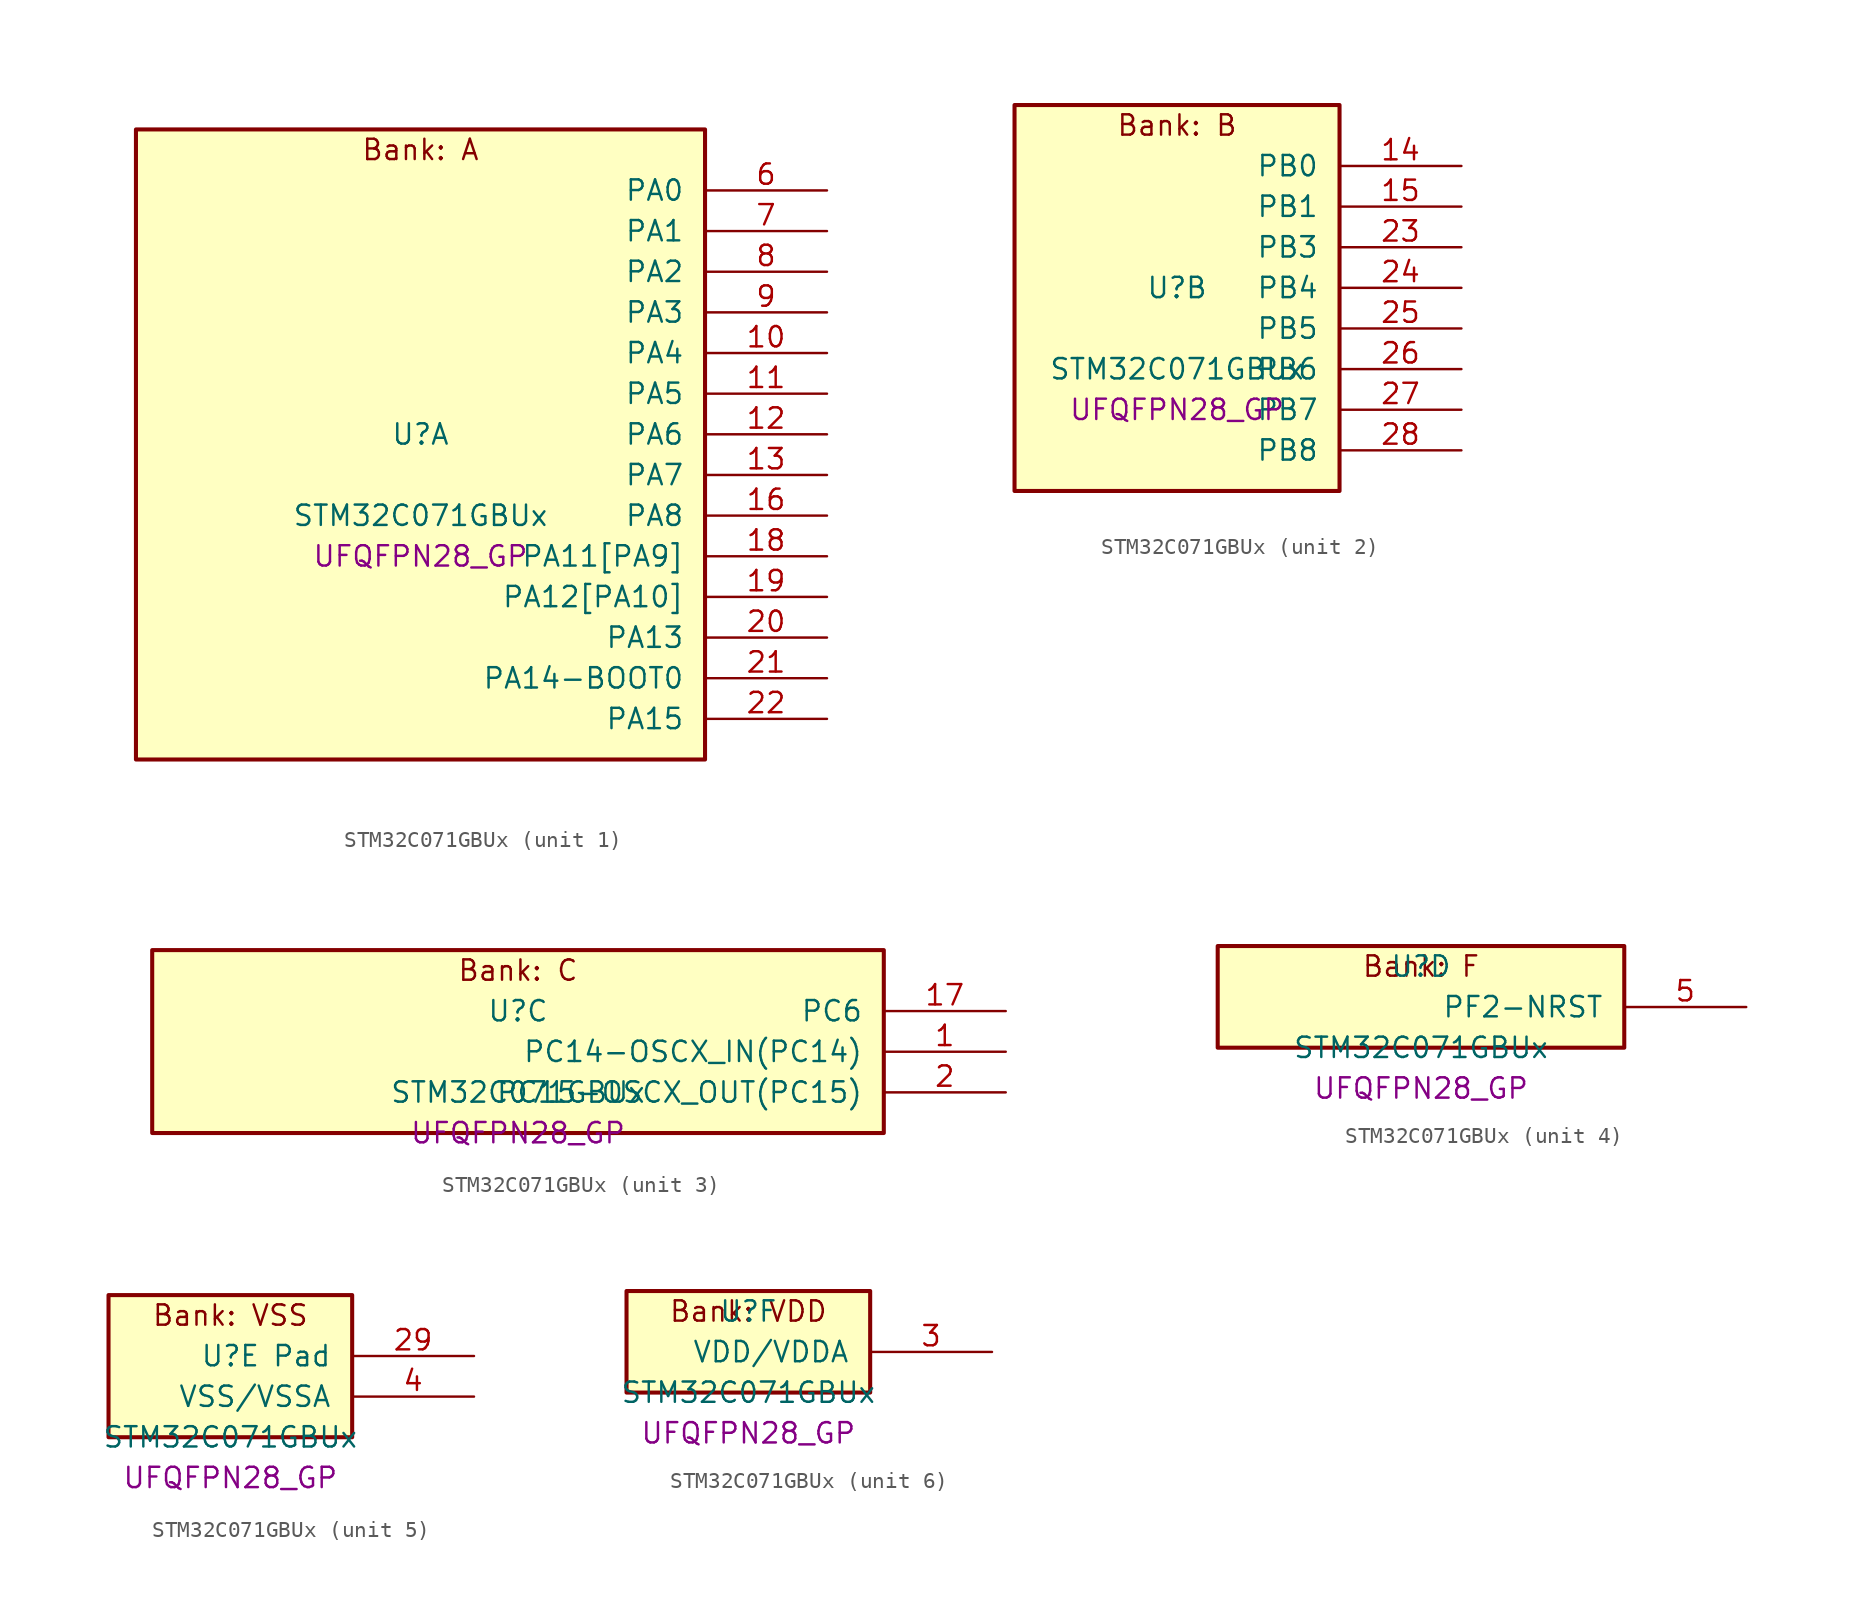
<source format=kicad_sym>
(kicad_symbol_lib
  (version 20241209)
  (generator "stm32_pkl_generator")
  (generator_version "1.0")
  (symbol "STM32C071GBUx"
    (pin_names
      (offset 1.27))
    (property "Reference" "U"
      (at 0 2.54 0))
    (property "Value" "STM32C071GBUx"
      (at 0 -2.54 0))
    (property "Footprint" "UFQFPN28_GP"
      (at 0 -5.08 0))
    (symbol "STM32C071GBUx_1_1"
      (rectangle (start -17.78 21.59) (end 17.78 -17.78) (stroke (width 0.254) (type solid)) (fill (type background)))
      (text "Bank: A" (at 0 20.32 0))
      (pin bidirectional line (at 25.4 17.78 180) (length 7.62) (name "PA0") (number "6") (alternate "PA0/ADC1_IN0" bidirectional line) (alternate "PA0/PWR_WKUP1" bidirectional line) (alternate "PA0/SPI2_SCK" bidirectional line) (alternate "PA0/TIM16_CH1" bidirectional line) (alternate "PA0/TIM1_CH1" bidirectional line) (alternate "PA0/TIM2_CH1" bidirectional line) (alternate "PA0/TIM2_ETR" bidirectional line) (alternate "PA0/USART1_TX" bidirectional line) (alternate "PA0/USART2_CTS" bidirectional line) (alternate "PA0/USART2_NSS" bidirectional line))
      (pin bidirectional line (at 25.4 15.24 180) (length 7.62) (name "PA1") (number "7") (alternate "PA1/ADC1_IN1" bidirectional line) (alternate "PA1/I2C1_SMBA" bidirectional line) (alternate "PA1/I2S1_CK" bidirectional line) (alternate "PA1/SPI1_SCK" bidirectional line) (alternate "PA1/TIM17_CH1" bidirectional line) (alternate "PA1/TIM1_CH2" bidirectional line) (alternate "PA1/TIM2_CH2" bidirectional line) (alternate "PA1/USART1_RX" bidirectional line) (alternate "PA1/USART2_CK" bidirectional line) (alternate "PA1/USART2_DE" bidirectional line) (alternate "PA1/USART2_RTS" bidirectional line))
      (pin bidirectional line (at 25.4 12.7 180) (length 7.62) (name "PA2") (number "8") (alternate "PA2/ADC1_IN2" bidirectional line) (alternate "PA2/I2S1_SD" bidirectional line) (alternate "PA2/PWR_WKUP4" bidirectional line) (alternate "PA2/RCC_LSCO" bidirectional line) (alternate "PA2/SPI1_MOSI" bidirectional line) (alternate "PA2/TIM16_CH1N" bidirectional line) (alternate "PA2/TIM1_CH3" bidirectional line) (alternate "PA2/TIM2_CH3" bidirectional line) (alternate "PA2/TIM3_ETR" bidirectional line) (alternate "PA2/USART2_TX" bidirectional line))
      (pin bidirectional line (at 25.4 10.16 180) (length 7.62) (name "PA3") (number "9") (alternate "PA3/ADC1_IN3" bidirectional line) (alternate "PA3/SPI2_MISO" bidirectional line) (alternate "PA3/TIM1_CH1N" bidirectional line) (alternate "PA3/TIM1_CH4" bidirectional line) (alternate "PA3/TIM2_CH4" bidirectional line) (alternate "PA3/USART2_RX" bidirectional line))
      (pin bidirectional line (at 25.4 7.62 180) (length 7.62) (name "PA4") (number "10") (alternate "PA4/ADC1_IN4" bidirectional line) (alternate "PA4/I2S1_WS" bidirectional line) (alternate "PA4/PWR_WKUP2" bidirectional line) (alternate "PA4/RTC_OUT1" bidirectional line) (alternate "PA4/RTC_TS" bidirectional line) (alternate "PA4/SPI1_NSS" bidirectional line) (alternate "PA4/SPI2_MOSI" bidirectional line) (alternate "PA4/TIM14_CH1" bidirectional line) (alternate "PA4/TIM17_CH1N" bidirectional line) (alternate "PA4/TIM1_CH2N" bidirectional line) (alternate "PA4/USART2_TX" bidirectional line) (alternate "PA4/USB_NOE" bidirectional line))
      (pin bidirectional line (at 25.4 5.08 180) (length 7.62) (name "PA5") (number "11") (alternate "PA5/ADC1_IN5" bidirectional line) (alternate "PA5/I2S1_CK" bidirectional line) (alternate "PA5/SPI1_SCK" bidirectional line) (alternate "PA5/TIM1_CH1" bidirectional line) (alternate "PA5/TIM1_CH3N" bidirectional line) (alternate "PA5/TIM2_CH1" bidirectional line) (alternate "PA5/TIM2_ETR" bidirectional line) (alternate "PA5/USART2_RX" bidirectional line))
      (pin bidirectional line (at 25.4 2.54 180) (length 7.62) (name "PA6") (number "12") (alternate "PA6/ADC1_IN6" bidirectional line) (alternate "PA6/I2C2_SDA" bidirectional line) (alternate "PA6/I2S1_MCK" bidirectional line) (alternate "PA6/SPI1_MISO" bidirectional line) (alternate "PA6/TIM16_CH1" bidirectional line) (alternate "PA6/TIM1_BKIN" bidirectional line) (alternate "PA6/TIM3_CH1" bidirectional line))
      (pin bidirectional line (at 25.4 0 180) (length 7.62) (name "PA7") (number "13") (alternate "PA7/ADC1_IN7" bidirectional line) (alternate "PA7/I2C2_SCL" bidirectional line) (alternate "PA7/I2S1_SD" bidirectional line) (alternate "PA7/SPI1_MOSI" bidirectional line) (alternate "PA7/TIM14_CH1" bidirectional line) (alternate "PA7/TIM17_CH1" bidirectional line) (alternate "PA7/TIM1_CH1N" bidirectional line) (alternate "PA7/TIM3_CH2" bidirectional line))
      (pin bidirectional line (at 25.4 -2.54 180) (length 7.62) (name "PA8") (number "16") (alternate "PA8/ADC1_IN8" bidirectional line) (alternate "PA8/CRS_SYNC" bidirectional line) (alternate "PA8/I2S1_WS" bidirectional line) (alternate "PA8/RCC_MCO" bidirectional line) (alternate "PA8/RCC_MCO_2" bidirectional line) (alternate "PA8/SPI1_NSS" bidirectional line) (alternate "PA8/SPI2_MISO" bidirectional line) (alternate "PA8/SPI2_NSS" bidirectional line) (alternate "PA8/TIM14_CH1" bidirectional line) (alternate "PA8/TIM1_CH1" bidirectional line) (alternate "PA8/TIM1_CH2N" bidirectional line) (alternate "PA8/TIM1_CH3N" bidirectional line) (alternate "PA8/TIM3_CH3" bidirectional line) (alternate "PA8/TIM3_CH4" bidirectional line) (alternate "PA8/USART1_RX" bidirectional line) (alternate "PA8/USART2_TX" bidirectional line))
      (pin bidirectional line (at 25.4 -5.08 180) (length 7.62) (name "PA11[PA9]") (number "18") (alternate "PA11[PA9]/ADC1_EXTI11" bidirectional line) (alternate "PA11[PA9]/I2C2_SCL" bidirectional line) (alternate "PA11[PA9]/I2S1_MCK" bidirectional line) (alternate "PA11[PA9]/SPI1_MISO" bidirectional line) (alternate "PA11[PA9]/TIM1_BKIN2" bidirectional line) (alternate "PA11[PA9]/TIM1_CH4" bidirectional line) (alternate "PA11[PA9]/USART1_CTS" bidirectional line) (alternate "PA11[PA9]/USART1_NSS" bidirectional line) (alternate "PA11[PA9]/USB_DM" bidirectional line) (alternate "PA11[PA9]/PA9[PA11]" bidirectional line) (alternate "PA11[PA9]/I2C1_SCL" bidirectional line) (alternate "PA11[PA9]/RCC_MCO" bidirectional line) (alternate "PA11[PA9]/SPI2_MISO" bidirectional line) (alternate "PA11[PA9]/TIM1_CH2" bidirectional line) (alternate "PA11[PA9]/TIM3_ETR" bidirectional line) (alternate "PA11[PA9]/USART1_TX" bidirectional line))
      (pin bidirectional line (at 25.4 -7.62 180) (length 7.62) (name "PA12[PA10]") (number "19") (alternate "PA12[PA10]/I2C2_SDA" bidirectional line) (alternate "PA12[PA10]/I2S1_SD" bidirectional line) (alternate "PA12[PA10]/I2S_CKIN" bidirectional line) (alternate "PA12[PA10]/SPI1_MOSI" bidirectional line) (alternate "PA12[PA10]/TIM1_ETR" bidirectional line) (alternate "PA12[PA10]/USART1_CK" bidirectional line) (alternate "PA12[PA10]/USART1_DE" bidirectional line) (alternate "PA12[PA10]/USART1_RTS" bidirectional line) (alternate "PA12[PA10]/USB_DP" bidirectional line) (alternate "PA12[PA10]/PA10[PA12]" bidirectional line) (alternate "PA12[PA10]/I2C1_SDA" bidirectional line) (alternate "PA12[PA10]/RCC_MCO_2" bidirectional line) (alternate "PA12[PA10]/SPI2_MOSI" bidirectional line) (alternate "PA12[PA10]/TIM17_BKIN" bidirectional line) (alternate "PA12[PA10]/TIM1_CH3" bidirectional line) (alternate "PA12[PA10]/USART1_RX" bidirectional line))
      (pin bidirectional line (at 25.4 -10.16 180) (length 7.62) (name "PA13") (number "20") (alternate "PA13/ADC1_IN13" bidirectional line) (alternate "PA13/DEBUG_SWDIO" bidirectional line) (alternate "PA13/IR_OUT" bidirectional line) (alternate "PA13/TIM3_ETR" bidirectional line) (alternate "PA13/USART2_RX" bidirectional line) (alternate "PA13/USB_NOE" bidirectional line))
      (pin bidirectional line (at 25.4 -12.7 180) (length 7.62) (name "PA14-BOOT0") (number "21") (alternate "PA14-BOOT0/ADC1_IN14" bidirectional line) (alternate "PA14-BOOT0/DEBUG_SWCLK" bidirectional line) (alternate "PA14-BOOT0/I2S1_WS" bidirectional line) (alternate "PA14-BOOT0/RCC_MCO_2" bidirectional line) (alternate "PA14-BOOT0/SPI1_NSS" bidirectional line) (alternate "PA14-BOOT0/TIM1_CH1" bidirectional line) (alternate "PA14-BOOT0/USART1_CK" bidirectional line) (alternate "PA14-BOOT0/USART1_DE" bidirectional line) (alternate "PA14-BOOT0/USART1_RTS" bidirectional line) (alternate "PA14-BOOT0/USART2_RX" bidirectional line) (alternate "PA14-BOOT0/USART2_TX" bidirectional line))
      (pin bidirectional line (at 25.4 -15.24 180) (length 7.62) (name "PA15") (number "22") (alternate "PA15/I2S1_WS" bidirectional line) (alternate "PA15/RCC_MCO_2" bidirectional line) (alternate "PA15/SPI1_NSS" bidirectional line) (alternate "PA15/TIM1_CH1" bidirectional line) (alternate "PA15/TIM2_CH1" bidirectional line) (alternate "PA15/TIM2_ETR" bidirectional line) (alternate "PA15/USART1_CK" bidirectional line) (alternate "PA15/USART1_DE" bidirectional line) (alternate "PA15/USART1_RTS" bidirectional line) (alternate "PA15/USART2_RX" bidirectional line) (alternate "PA15/USB_NOE" bidirectional line)))
    (symbol "STM32C071GBUx_2_1"
      (rectangle (start -10.16 13.97) (end 10.16 -10.16) (stroke (width 0.254) (type solid)) (fill (type background)))
      (text "Bank: B" (at 0 12.7 0))
      (pin bidirectional line (at 17.78 10.16 180) (length 7.62) (name "PB0") (number "14") (alternate "PB0/ADC1_IN17" bidirectional line) (alternate "PB0/I2S1_WS" bidirectional line) (alternate "PB0/SPI1_NSS" bidirectional line) (alternate "PB0/TIM1_CH2N" bidirectional line) (alternate "PB0/TIM3_CH3" bidirectional line))
      (pin bidirectional line (at 17.78 7.62 180) (length 7.62) (name "PB1") (number "15") (alternate "PB1/ADC1_IN18" bidirectional line) (alternate "PB1/TIM14_CH1" bidirectional line) (alternate "PB1/TIM1_CH2N" bidirectional line) (alternate "PB1/TIM1_CH3N" bidirectional line) (alternate "PB1/TIM3_CH4" bidirectional line))
      (pin bidirectional line (at 17.78 5.08 180) (length 7.62) (name "PB3") (number "23") (alternate "PB3/I2C2_SCL" bidirectional line) (alternate "PB3/I2S1_CK" bidirectional line) (alternate "PB3/SPI1_SCK" bidirectional line) (alternate "PB3/TIM1_CH2" bidirectional line) (alternate "PB3/TIM2_CH2" bidirectional line) (alternate "PB3/TIM3_CH2" bidirectional line) (alternate "PB3/USART1_CK" bidirectional line) (alternate "PB3/USART1_DE" bidirectional line) (alternate "PB3/USART1_RTS" bidirectional line))
      (pin bidirectional line (at 17.78 2.54 180) (length 7.62) (name "PB4") (number "24") (alternate "PB4/I2C2_SDA" bidirectional line) (alternate "PB4/I2S1_MCK" bidirectional line) (alternate "PB4/SPI1_MISO" bidirectional line) (alternate "PB4/TIM17_BKIN" bidirectional line) (alternate "PB4/TIM3_CH1" bidirectional line) (alternate "PB4/USART1_CTS" bidirectional line) (alternate "PB4/USART1_NSS" bidirectional line))
      (pin bidirectional line (at 17.78 0 180) (length 7.62) (name "PB5") (number "25") (alternate "PB5/I2C1_SMBA" bidirectional line) (alternate "PB5/I2S1_SD" bidirectional line) (alternate "PB5/PWR_WKUP6" bidirectional line) (alternate "PB5/SPI1_MOSI" bidirectional line) (alternate "PB5/TIM16_BKIN" bidirectional line) (alternate "PB5/TIM3_CH2" bidirectional line) (alternate "PB5/TIM3_CH3" bidirectional line))
      (pin bidirectional line (at 17.78 -2.54 180) (length 7.62) (name "PB6") (number "26") (alternate "PB6/I2C1_SCL" bidirectional line) (alternate "PB6/I2C1_SMBA" bidirectional line) (alternate "PB6/I2S1_CK" bidirectional line) (alternate "PB6/I2S1_MCK" bidirectional line) (alternate "PB6/I2S1_SD" bidirectional line) (alternate "PB6/PWR_WKUP3" bidirectional line) (alternate "PB6/SPI1_MISO" bidirectional line) (alternate "PB6/SPI1_MOSI" bidirectional line) (alternate "PB6/SPI1_SCK" bidirectional line) (alternate "PB6/SPI2_MISO" bidirectional line) (alternate "PB6/TIM16_BKIN" bidirectional line) (alternate "PB6/TIM16_CH1N" bidirectional line) (alternate "PB6/TIM17_BKIN" bidirectional line) (alternate "PB6/TIM1_CH2" bidirectional line) (alternate "PB6/TIM1_CH3" bidirectional line) (alternate "PB6/TIM3_CH1" bidirectional line) (alternate "PB6/TIM3_CH2" bidirectional line) (alternate "PB6/TIM3_CH3" bidirectional line) (alternate "PB6/USART1_CTS" bidirectional line) (alternate "PB6/USART1_NSS" bidirectional line) (alternate "PB6/USART1_TX" bidirectional line))
      (pin bidirectional line (at 17.78 -5.08 180) (length 7.62) (name "PB7") (number "27") (alternate "PB7/I2C1_SCL" bidirectional line) (alternate "PB7/I2C1_SDA" bidirectional line) (alternate "PB7/RTC_REFIN" bidirectional line) (alternate "PB7/SPI2_MOSI" bidirectional line) (alternate "PB7/TIM16_CH1" bidirectional line) (alternate "PB7/TIM17_CH1N" bidirectional line) (alternate "PB7/TIM1_CH4" bidirectional line) (alternate "PB7/TIM3_CH1" bidirectional line) (alternate "PB7/TIM3_CH4" bidirectional line) (alternate "PB7/USART1_RX" bidirectional line) (alternate "PB7/USART2_CTS" bidirectional line) (alternate "PB7/USART2_NSS" bidirectional line))
      (pin bidirectional line (at 17.78 -7.62 180) (length 7.62) (name "PB8") (number "28") (alternate "PB8/I2C1_SCL" bidirectional line) (alternate "PB8/SPI2_SCK" bidirectional line) (alternate "PB8/TIM16_CH1" bidirectional line) (alternate "PB8/TIM3_CH1" bidirectional line) (alternate "PB8/USART2_CTS" bidirectional line) (alternate "PB8/USART2_NSS" bidirectional line)))
    (symbol "STM32C071GBUx_3_1"
      (rectangle (start -22.86 6.35) (end 22.86 -5.08) (stroke (width 0.254) (type solid)) (fill (type background)))
      (text "Bank: C" (at 0 5.08 0))
      (pin bidirectional line (at 30.48 2.54 180) (length 7.62) (name "PC6") (number "17") (alternate "PC6/TIM2_CH3" bidirectional line) (alternate "PC6/TIM3_CH1" bidirectional line))
      (pin bidirectional line (at 30.48 0 180) (length 7.62) (name "PC14-OSCX_IN(PC14)") (number "1") (alternate "PC14-OSCX_IN(PC14)/I2C1_SDA" bidirectional line) (alternate "PC14-OSCX_IN(PC14)/IR_OUT" bidirectional line) (alternate "PC14-OSCX_IN(PC14)/RCC_OSCX_IN" bidirectional line) (alternate "PC14-OSCX_IN(PC14)/SPI2_NSS" bidirectional line) (alternate "PC14-OSCX_IN(PC14)/TIM17_CH1" bidirectional line) (alternate "PC14-OSCX_IN(PC14)/TIM1_BKIN2" bidirectional line) (alternate "PC14-OSCX_IN(PC14)/TIM1_ETR" bidirectional line) (alternate "PC14-OSCX_IN(PC14)/TIM3_CH2" bidirectional line) (alternate "PC14-OSCX_IN(PC14)/USART1_TX" bidirectional line) (alternate "PC14-OSCX_IN(PC14)/USART2_CK" bidirectional line) (alternate "PC14-OSCX_IN(PC14)/USART2_DE" bidirectional line) (alternate "PC14-OSCX_IN(PC14)/USART2_RTS" bidirectional line))
      (pin bidirectional line (at 30.48 -2.54 180) (length 7.62) (name "PC15-OSCX_OUT(PC15)") (number "2") (alternate "PC15-OSCX_OUT(PC15)/RCC_OSC32_EN" bidirectional line) (alternate "PC15-OSCX_OUT(PC15)/RCC_OSCX_OUT" bidirectional line) (alternate "PC15-OSCX_OUT(PC15)/RCC_OSC_EN" bidirectional line) (alternate "PC15-OSCX_OUT(PC15)/TIM1_ETR" bidirectional line) (alternate "PC15-OSCX_OUT(PC15)/TIM3_CH3" bidirectional line)))
    (symbol "STM32C071GBUx_4_1"
      (rectangle (start -12.7 3.81) (end 12.7 -2.54) (stroke (width 0.254) (type solid)) (fill (type background)))
      (text "Bank: F" (at 0 2.54 0))
      (pin bidirectional line (at 20.32 0 180) (length 7.62) (name "PF2-NRST") (number "5") (alternate "PF2-NRST/RCC_MCO" bidirectional line) (alternate "PF2-NRST/TIM1_CH4" bidirectional line)))
    (symbol "STM32C071GBUx_5_1"
      (rectangle (start -7.62 6.35) (end 7.62 -2.54) (stroke (width 0.254) (type solid)) (fill (type background)))
      (text "Bank: VSS" (at 0 5.08 0))
      (pin passive line (at 15.24 2.54 180) (length 7.62) (name "Pad") (number "29"))
      (pin power_in line (at 15.24 0 180) (length 7.62) (name "VSS/VSSA") (number "4")))
    (symbol "STM32C071GBUx_6_1"
      (rectangle (start -7.62 3.81) (end 7.62 -2.54) (stroke (width 0.254) (type solid)) (fill (type background)))
      (text "Bank: VDD" (at 0 2.54 0))
      (pin power_in line (at 15.24 0 180) (length 7.62) (name "VDD/VDDA") (number "3")))))
</source>
